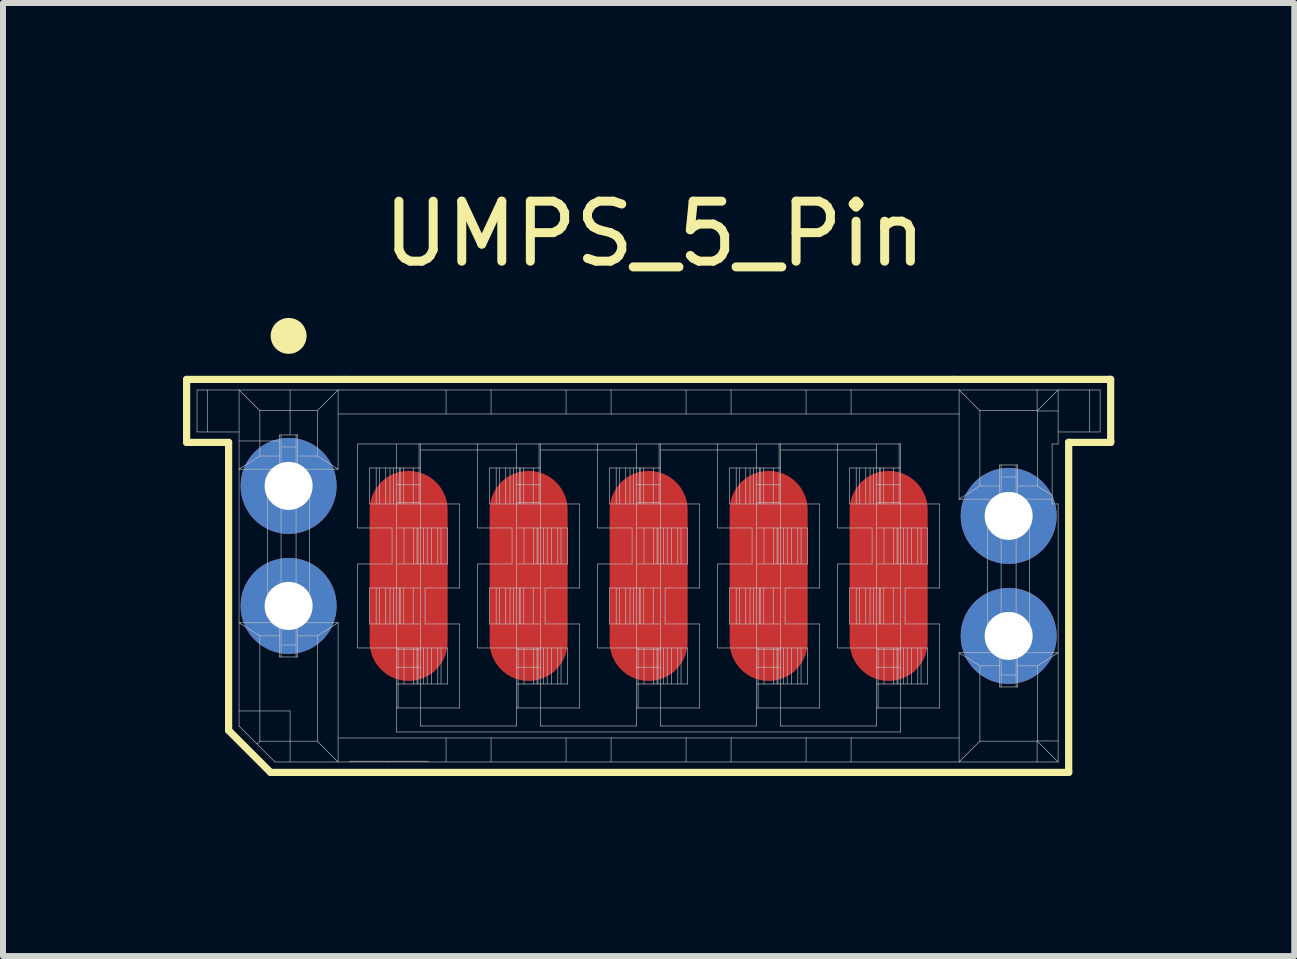
<source format=kicad_pcb>
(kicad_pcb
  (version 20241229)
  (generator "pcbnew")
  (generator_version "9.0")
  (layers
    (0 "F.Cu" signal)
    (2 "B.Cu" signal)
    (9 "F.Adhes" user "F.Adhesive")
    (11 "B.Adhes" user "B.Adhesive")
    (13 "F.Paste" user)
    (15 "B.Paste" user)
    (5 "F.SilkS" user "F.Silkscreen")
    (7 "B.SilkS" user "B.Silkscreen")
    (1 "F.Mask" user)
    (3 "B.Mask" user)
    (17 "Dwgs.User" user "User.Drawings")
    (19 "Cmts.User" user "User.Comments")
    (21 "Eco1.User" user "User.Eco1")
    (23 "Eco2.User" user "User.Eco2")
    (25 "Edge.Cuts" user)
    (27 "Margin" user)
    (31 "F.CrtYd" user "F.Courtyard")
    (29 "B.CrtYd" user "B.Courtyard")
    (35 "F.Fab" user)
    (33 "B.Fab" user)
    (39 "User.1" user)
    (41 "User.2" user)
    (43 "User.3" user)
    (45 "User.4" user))
  (footprint "UMPS_5_Pin"
    (layer "F.Cu")
    (at 7.76 6.548)
    (property "Reference" "UMPS_5_Pin" (at 0.1 -5.7 0) (layer "F.SilkS") (effects (font (size 1 1) (thickness 0.15))))
    (attr through_hole)
    (fp_line (start -7.7 -3.275) (end -5.075 -3.275) (stroke (width 0.12) (type solid)) (layer "F.SilkS"))
    (fp_line (start -7.7 -2.225) (end -7.7 -3.275) (stroke (width 0.12) (type solid)) (layer "F.SilkS"))
    (fp_line (start -7 -2.225) (end -7.7 -2.225) (stroke (width 0.12) (type solid)) (layer "F.SilkS"))
    (fp_line (start -7 -2.225) (end -7 2.575) (stroke (width 0.12) (type solid)) (layer "F.SilkS"))
    (fp_line (start -7 2.575) (end -6.3 3.275) (stroke (width 0.12) (type solid)) (layer "F.SilkS"))
    (fp_line (start -5.075 -3.275) (end 5.075 -3.275) (stroke (width 0.12) (type solid)) (layer "F.SilkS"))
    (fp_line (start 7 -2.225) (end 7 3.25) (stroke (width 0.12) (type solid)) (layer "F.SilkS"))
    (fp_line (start 7 3.25) (end 7 3.275) (stroke (width 0.12) (type solid)) (layer "F.SilkS"))
    (fp_line (start 7 3.275) (end -6.3 3.275) (stroke (width 0.12) (type solid)) (layer "F.SilkS"))
    (fp_line (start 7.025 -2.225) (end 7 -2.225) (stroke (width 0.12) (type solid)) (layer "F.SilkS"))
    (fp_line (start 7.675 -3.275) (end 5.075 -3.275) (stroke (width 0.12) (type solid)) (layer "F.SilkS"))
    (fp_line (start 7.675 -3.275) (end 7.7 -3.275) (stroke (width 0.12) (type solid)) (layer "F.SilkS"))
    (fp_line (start 7.7 -3.275) (end 7.7 -2.25) (stroke (width 0.12) (type solid)) (layer "F.SilkS"))
    (fp_line (start 7.7 -2.25) (end 7.7 -2.225) (stroke (width 0.12) (type solid)) (layer "F.SilkS"))
    (fp_line (start 7.7 -2.225) (end 7.025 -2.225) (stroke (width 0.12) (type solid)) (layer "F.SilkS"))
    (fp_circle (center -6 -4) (end -5.85 -4) (stroke (width 0.3) (type solid)) (fill no) (layer "F.SilkS"))
    (fp_line (start -7.526 -3.099) (end -7.526 -2.399) (stroke (width 0.01) (type solid)) (layer "Dwgs.User"))
    (fp_line (start -7.526 -3.099) (end 7.524 -3.099) (stroke (width 0.01) (type solid)) (layer "Dwgs.User"))
    (fp_line (start -7.526 -2.399) (end -6.826 -2.399) (stroke (width 0.01) (type solid)) (layer "Dwgs.User"))
    (fp_line (start -7.352 -2.399) (end -7.352 -3.099) (stroke (width 0.01) (type solid)) (layer "Dwgs.User"))
    (fp_line (start -6.826 -3.099) (end -6.826 2.501) (stroke (width 0.01) (type solid)) (layer "Dwgs.User"))
    (fp_line (start -6.826 -3.099) (end -6.479 -2.753) (stroke (width 0.01) (type solid)) (layer "Dwgs.User"))
    (fp_line (start -6.826 -1.779) (end -6.151 -1.779) (stroke (width 0.01) (type solid)) (layer "Dwgs.User"))
    (fp_line (start -6.826 0.781) (end -6.479 0.999) (stroke (width 0.01) (type solid)) (layer "Dwgs.User"))
    (fp_line (start -6.826 0.781) (end -6.151 0.781) (stroke (width 0.01) (type solid)) (layer "Dwgs.User"))
    (fp_line (start -6.826 2.251) (end -5.976 2.251) (stroke (width 0.01) (type solid)) (layer "Dwgs.User"))
    (fp_line (start -6.826 2.501) (end -6.226 3.101) (stroke (width 0.01) (type solid)) (layer "Dwgs.User"))
    (fp_line (start -6.479 -2.753) (end -5.522 -2.753) (stroke (width 0.01) (type solid)) (layer "Dwgs.User"))
    (fp_line (start -6.479 -1.998) (end -6.826 -1.779) (stroke (width 0.01) (type solid)) (layer "Dwgs.User"))
    (fp_line (start -6.479 -1.998) (end -6.479 -2.753) (stroke (width 0.01) (type solid)) (layer "Dwgs.User"))
    (fp_line (start -6.479 -1.998) (end -6.151 -1.998) (stroke (width 0.01) (type solid)) (layer "Dwgs.User"))
    (fp_line (start -6.479 0.999) (end -6.151 0.999) (stroke (width 0.01) (type solid)) (layer "Dwgs.User"))
    (fp_line (start -6.479 2.754) (end -6.526 2.801) (stroke (width 0.01) (type solid)) (layer "Dwgs.User"))
    (fp_line (start -6.479 2.754) (end -6.479 0.999) (stroke (width 0.01) (type solid)) (layer "Dwgs.User"))
    (fp_line (start -6.479 2.754) (end -5.522 2.754) (stroke (width 0.01) (type solid)) (layer "Dwgs.User"))
    (fp_line (start -6.351 -1.499) (end -6.151 -1.499) (stroke (width 0.01) (type solid)) (layer "Dwgs.User"))
    (fp_line (start -6.351 0.501) (end -6.351 -1.499) (stroke (width 0.01) (type solid)) (layer "Dwgs.User"))
    (fp_line (start -6.151 -2.349) (end -6.151 -1.499) (stroke (width 0.01) (type solid)) (layer "Dwgs.User"))
    (fp_line (start -6.151 -2.249) (end -6.826 -2.249) (stroke (width 0.01) (type solid)) (layer "Dwgs.User"))
    (fp_line (start -6.151 0.501) (end -6.351 0.501) (stroke (width 0.01) (type solid)) (layer "Dwgs.User"))
    (fp_line (start -6.151 0.501) (end -6.151 1.351) (stroke (width 0.01) (type solid)) (layer "Dwgs.User"))
    (fp_line (start -6.151 1.351) (end -5.851 1.351) (stroke (width 0.01) (type solid)) (layer "Dwgs.User"))
    (fp_line (start -6.126 -2.349) (end -6.126 1.351) (stroke (width 0.01) (type solid)) (layer "Dwgs.User"))
    (fp_line (start -6.126 -1.756) (end -5.876 -1.756) (stroke (width 0.01) (type solid)) (layer "Dwgs.User"))
    (fp_line (start -6.126 0.244) (end -5.876 0.244) (stroke (width 0.01) (type solid)) (layer "Dwgs.User"))
    (fp_line (start -5.976 2.251) (end -5.976 3.101) (stroke (width 0.01) (type solid)) (layer "Dwgs.User"))
    (fp_line (start -5.976 -3.099) (end -5.976 -2.349) (stroke (width 0.01) (type solid)) (layer "Dwgs.User"))
    (fp_line (start -5.876 -2.349) (end -5.876 1.351) (stroke (width 0.01) (type solid)) (layer "Dwgs.User"))
    (fp_line (start -5.876 -2.149) (end -6.126 -2.149) (stroke (width 0.01) (type solid)) (layer "Dwgs.User"))
    (fp_line (start -5.876 -1.819) (end -6.126 -1.819) (stroke (width 0.01) (type solid)) (layer "Dwgs.User"))
    (fp_line (start -5.876 -1.569) (end -6.126 -1.569) (stroke (width 0.01) (type solid)) (layer "Dwgs.User"))
    (fp_line (start -5.876 -1.429) (end -6.126 -1.429) (stroke (width 0.01) (type solid)) (layer "Dwgs.User"))
    (fp_line (start -5.876 -1.349) (end -6.126 -1.349) (stroke (width 0.01) (type solid)) (layer "Dwgs.User"))
    (fp_line (start -5.876 -1.243) (end -6.126 -1.243) (stroke (width 0.01) (type solid)) (layer "Dwgs.User"))
    (fp_line (start -5.876 -1.179) (end -6.126 -1.179) (stroke (width 0.01) (type solid)) (layer "Dwgs.User"))
    (fp_line (start -5.876 0.181) (end -6.126 0.181) (stroke (width 0.01) (type solid)) (layer "Dwgs.User"))
    (fp_line (start -5.876 0.351) (end -6.126 0.351) (stroke (width 0.01) (type solid)) (layer "Dwgs.User"))
    (fp_line (start -5.876 0.431) (end -6.126 0.431) (stroke (width 0.01) (type solid)) (layer "Dwgs.User"))
    (fp_line (start -5.876 0.571) (end -6.126 0.571) (stroke (width 0.01) (type solid)) (layer "Dwgs.User"))
    (fp_line (start -5.876 0.757) (end -6.126 0.757) (stroke (width 0.01) (type solid)) (layer "Dwgs.User"))
    (fp_line (start -5.876 0.821) (end -6.126 0.821) (stroke (width 0.01) (type solid)) (layer "Dwgs.User"))
    (fp_line (start -5.876 1.151) (end -6.126 1.151) (stroke (width 0.01) (type solid)) (layer "Dwgs.User"))
    (fp_line (start -5.851 -2.349) (end -6.151 -2.349) (stroke (width 0.01) (type solid)) (layer "Dwgs.User"))
    (fp_line (start -5.851 -1.998) (end -5.522 -1.998) (stroke (width 0.01) (type solid)) (layer "Dwgs.User"))
    (fp_line (start -5.851 -1.779) (end -5.176 -1.779) (stroke (width 0.01) (type solid)) (layer "Dwgs.User"))
    (fp_line (start -5.851 -1.499) (end -5.851 -2.349) (stroke (width 0.01) (type solid)) (layer "Dwgs.User"))
    (fp_line (start -5.851 -1.499) (end -5.651 -1.499) (stroke (width 0.01) (type solid)) (layer "Dwgs.User"))
    (fp_line (start -5.851 0.781) (end -5.176 0.781) (stroke (width 0.01) (type solid)) (layer "Dwgs.User"))
    (fp_line (start -5.851 0.999) (end -5.522 0.999) (stroke (width 0.01) (type solid)) (layer "Dwgs.User"))
    (fp_line (start -5.851 1.351) (end -5.851 0.501) (stroke (width 0.01) (type solid)) (layer "Dwgs.User"))
    (fp_line (start -5.651 -1.499) (end -5.651 0.501) (stroke (width 0.01) (type solid)) (layer "Dwgs.User"))
    (fp_line (start -5.651 0.501) (end -5.851 0.501) (stroke (width 0.01) (type solid)) (layer "Dwgs.User"))
    (fp_line (start -5.522 -2.753) (end -5.176 -3.099) (stroke (width 0.01) (type solid)) (layer "Dwgs.User"))
    (fp_line (start -5.522 -1.998) (end -5.522 -2.753) (stroke (width 0.01) (type solid)) (layer "Dwgs.User"))
    (fp_line (start -5.522 0.999) (end -5.176 0.781) (stroke (width 0.01) (type solid)) (layer "Dwgs.User"))
    (fp_line (start -5.522 2.754) (end -5.522 0.999) (stroke (width 0.01) (type solid)) (layer "Dwgs.User"))
    (fp_line (start -5.176 -1.779) (end -5.522 -1.998) (stroke (width 0.01) (type solid)) (layer "Dwgs.User"))
    (fp_line (start -5.176 -1.779) (end -5.176 -3.099) (stroke (width 0.01) (type solid)) (layer "Dwgs.User"))
    (fp_line (start -5.176 2.701) (end 5.174 2.701) (stroke (width 0.01) (type solid)) (layer "Dwgs.User"))
    (fp_line (start -5.176 3.101) (end -5.522 2.754) (stroke (width 0.01) (type solid)) (layer "Dwgs.User"))
    (fp_line (start -5.176 3.101) (end -5.176 0.781) (stroke (width 0.01) (type solid)) (layer "Dwgs.User"))
    (fp_line (start -4.976 3.088) (end -4.976 3.101) (stroke (width 0.01) (type solid)) (layer "Dwgs.User"))
    (fp_line (start -4.851 -2.199) (end -4.851 -0.799) (stroke (width 0.01) (type solid)) (layer "Dwgs.User"))
    (fp_line (start -4.851 -0.799) (end -4.276 -0.799) (stroke (width 0.01) (type solid)) (layer "Dwgs.User"))
    (fp_line (start -4.851 -0.199) (end -4.851 1.201) (stroke (width 0.01) (type solid)) (layer "Dwgs.User"))
    (fp_line (start -4.851 1.201) (end -4.176 1.201) (stroke (width 0.01) (type solid)) (layer "Dwgs.User"))
    (fp_line (start -4.651 -1.799) (end -3.826 -1.799) (stroke (width 0.01) (type solid)) (layer "Dwgs.User"))
    (fp_line (start -4.651 -1.199) (end -4.651 -1.799) (stroke (width 0.01) (type solid)) (layer "Dwgs.User"))
    (fp_line (start -4.651 0.201) (end -3.801 0.201) (stroke (width 0.01) (type solid)) (layer "Dwgs.User"))
    (fp_line (start -4.651 0.801) (end -4.651 0.201) (stroke (width 0.01) (type solid)) (layer "Dwgs.User"))
    (fp_line (start -4.541 -1.199) (end -4.541 -1.799) (stroke (width 0.01) (type solid)) (layer "Dwgs.User"))
    (fp_line (start -4.541 0.801) (end -4.541 0.201) (stroke (width 0.01) (type solid)) (layer "Dwgs.User"))
    (fp_line (start -4.487 -1.199) (end -4.487 -1.799) (stroke (width 0.01) (type solid)) (layer "Dwgs.User"))
    (fp_line (start -4.487 0.801) (end -4.487 0.201) (stroke (width 0.01) (type solid)) (layer "Dwgs.User"))
    (fp_line (start -4.381 -1.199) (end -4.381 -1.799) (stroke (width 0.01) (type solid)) (layer "Dwgs.User"))
    (fp_line (start -4.381 0.801) (end -4.381 0.201) (stroke (width 0.01) (type solid)) (layer "Dwgs.User"))
    (fp_line (start -4.326 3.088) (end -4.326 3.101) (stroke (width 0.01) (type solid)) (layer "Dwgs.User"))
    (fp_line (start -4.31 -1.199) (end -4.31 -1.799) (stroke (width 0.01) (type solid)) (layer "Dwgs.User"))
    (fp_line (start -4.31 0.801) (end -4.31 0.201) (stroke (width 0.01) (type solid)) (layer "Dwgs.User"))
    (fp_line (start -4.276 -0.799) (end -4.276 -0.199) (stroke (width 0.01) (type solid)) (layer "Dwgs.User"))
    (fp_line (start -4.276 -0.199) (end -4.851 -0.199) (stroke (width 0.01) (type solid)) (layer "Dwgs.User"))
    (fp_line (start -4.251 -1.199) (end -4.251 -1.799) (stroke (width 0.01) (type solid)) (layer "Dwgs.User"))
    (fp_line (start -4.251 0.801) (end -4.251 0.201) (stroke (width 0.01) (type solid)) (layer "Dwgs.User"))
    (fp_line (start -4.201 -2.199) (end -4.201 -1.799) (stroke (width 0.01) (type solid)) (layer "Dwgs.User"))
    (fp_line (start -4.201 -1.199) (end -4.201 -1.799) (stroke (width 0.01) (type solid)) (layer "Dwgs.User"))
    (fp_line (start -4.201 -1.199) (end -4.201 -0.799) (stroke (width 0.01) (type solid)) (layer "Dwgs.User"))
    (fp_line (start -4.201 -0.799) (end -4.201 0.201) (stroke (width 0.01) (type solid)) (layer "Dwgs.User"))
    (fp_line (start -4.201 0.801) (end -4.201 0.201) (stroke (width 0.01) (type solid)) (layer "Dwgs.User"))
    (fp_line (start -4.201 0.801) (end -4.201 1.201) (stroke (width 0.01) (type solid)) (layer "Dwgs.User"))
    (fp_line (start -4.201 1.201) (end -4.201 2.601) (stroke (width 0.01) (type solid)) (layer "Dwgs.User"))
    (fp_line (start -4.176 1.201) (end -4.176 2.201) (stroke (width 0.01) (type solid)) (layer "Dwgs.User"))
    (fp_line (start -4.176 1.201) (end -3.351 1.201) (stroke (width 0.01) (type solid)) (layer "Dwgs.User"))
    (fp_line (start -4.176 1.801) (end -4.201 1.801) (stroke (width 0.01) (type solid)) (layer "Dwgs.User"))
    (fp_line (start -4.176 2.201) (end -4.201 2.201) (stroke (width 0.01) (type solid)) (layer "Dwgs.User"))
    (fp_line (start -4.176 2.201) (end -3.151 2.201) (stroke (width 0.01) (type solid)) (layer "Dwgs.User"))
    (fp_line (start -4.157 -1.199) (end -4.157 -1.799) (stroke (width 0.01) (type solid)) (layer "Dwgs.User"))
    (fp_line (start -4.157 0.801) (end -4.157 0.201) (stroke (width 0.01) (type solid)) (layer "Dwgs.User"))
    (fp_line (start -4.141 -1.199) (end -4.141 -1.799) (stroke (width 0.01) (type solid)) (layer "Dwgs.User"))
    (fp_line (start -4.141 0.801) (end -4.141 0.201) (stroke (width 0.01) (type solid)) (layer "Dwgs.User"))
    (fp_line (start -4.081 -1.199) (end -4.081 -1.799) (stroke (width 0.01) (type solid)) (layer "Dwgs.User"))
    (fp_line (start -4.081 0.801) (end -4.081 0.201) (stroke (width 0.01) (type solid)) (layer "Dwgs.User"))
    (fp_line (start -4.077 -0.199) (end -4.077 -0.799) (stroke (width 0.01) (type solid)) (layer "Dwgs.User"))
    (fp_line (start -4.077 1.801) (end -4.077 1.201) (stroke (width 0.01) (type solid)) (layer "Dwgs.User"))
    (fp_line (start -3.924 -1.199) (end -3.924 -1.799) (stroke (width 0.01) (type solid)) (layer "Dwgs.User"))
    (fp_line (start -3.924 0.801) (end -3.924 0.201) (stroke (width 0.01) (type solid)) (layer "Dwgs.User"))
    (fp_line (start -3.921 -0.799) (end -3.921 -0.199) (stroke (width 0.01) (type solid)) (layer "Dwgs.User"))
    (fp_line (start -3.921 1.201) (end -3.921 1.801) (stroke (width 0.01) (type solid)) (layer "Dwgs.User"))
    (fp_line (start -3.86 -0.199) (end -3.86 -0.799) (stroke (width 0.01) (type solid)) (layer "Dwgs.User"))
    (fp_line (start -3.86 1.801) (end -3.86 1.201) (stroke (width 0.01) (type solid)) (layer "Dwgs.User"))
    (fp_line (start -3.844 -0.199) (end -3.844 -0.799) (stroke (width 0.01) (type solid)) (layer "Dwgs.User"))
    (fp_line (start -3.844 1.801) (end -3.844 1.201) (stroke (width 0.01) (type solid)) (layer "Dwgs.User"))
    (fp_line (start -3.826 -2.199) (end -4.851 -2.199) (stroke (width 0.01) (type solid)) (layer "Dwgs.User"))
    (fp_line (start -3.826 -1.799) (end -3.801 -1.799) (stroke (width 0.01) (type solid)) (layer "Dwgs.User"))
    (fp_line (start -3.826 -1.199) (end -4.651 -1.199) (stroke (width 0.01) (type solid)) (layer "Dwgs.User"))
    (fp_line (start -3.826 -1.199) (end -3.826 -2.199) (stroke (width 0.01) (type solid)) (layer "Dwgs.User"))
    (fp_line (start -3.801 -1.199) (end -3.801 -2.199) (stroke (width 0.01) (type solid)) (layer "Dwgs.User"))
    (fp_line (start -3.801 -0.799) (end -3.801 -1.199) (stroke (width 0.01) (type solid)) (layer "Dwgs.User"))
    (fp_line (start -3.801 -0.199) (end -3.801 -0.799) (stroke (width 0.01) (type solid)) (layer "Dwgs.User"))
    (fp_line (start -3.801 0.801) (end -4.651 0.801) (stroke (width 0.01) (type solid)) (layer "Dwgs.User"))
    (fp_line (start -3.801 0.801) (end -3.801 0.201) (stroke (width 0.01) (type solid)) (layer "Dwgs.User"))
    (fp_line (start -3.801 1.801) (end -3.801 1.201) (stroke (width 0.01) (type solid)) (layer "Dwgs.User"))
    (fp_line (start -3.801 2.201) (end -3.801 1.801) (stroke (width 0.01) (type solid)) (layer "Dwgs.User"))
    (fp_line (start -3.801 2.501) (end -3.801 2.201) (stroke (width 0.01) (type solid)) (layer "Dwgs.User"))
    (fp_line (start -3.801 -1.519) (end -4.201 -1.519) (stroke (width 0.01) (type solid)) (layer "Dwgs.User"))
    (fp_line (start -3.801 -1.219) (end -4.201 -1.219) (stroke (width 0.01) (type solid)) (layer "Dwgs.User"))
    (fp_line (start -3.801 0.201) (end -3.801 -0.199) (stroke (width 0.01) (type solid)) (layer "Dwgs.User"))
    (fp_line (start -3.801 1.201) (end -3.801 0.801) (stroke (width 0.01) (type solid)) (layer "Dwgs.User"))
    (fp_line (start -3.801 1.221) (end -4.201 1.221) (stroke (width 0.01) (type solid)) (layer "Dwgs.User"))
    (fp_line (start -3.801 1.521) (end -4.201 1.521) (stroke (width 0.01) (type solid)) (layer "Dwgs.User"))
    (fp_line (start -3.751 -0.199) (end -3.751 -0.799) (stroke (width 0.01) (type solid)) (layer "Dwgs.User"))
    (fp_line (start -3.751 1.801) (end -3.751 1.201) (stroke (width 0.01) (type solid)) (layer "Dwgs.User"))
    (fp_line (start -3.726 0.201) (end -3.151 0.201) (stroke (width 0.01) (type solid)) (layer "Dwgs.User"))
    (fp_line (start -3.726 0.801) (end -3.726 0.201) (stroke (width 0.01) (type solid)) (layer "Dwgs.User"))
    (fp_line (start -3.691 -0.199) (end -3.691 -0.799) (stroke (width 0.01) (type solid)) (layer "Dwgs.User"))
    (fp_line (start -3.691 1.801) (end -3.691 1.201) (stroke (width 0.01) (type solid)) (layer "Dwgs.User"))
    (fp_line (start -3.676 3.088) (end -4.976 3.088) (stroke (width 0.01) (type solid)) (layer "Dwgs.User"))
    (fp_line (start -3.676 3.101) (end -3.676 3.088) (stroke (width 0.01) (type solid)) (layer "Dwgs.User"))
    (fp_line (start -3.621 -0.199) (end -3.621 -0.799) (stroke (width 0.01) (type solid)) (layer "Dwgs.User"))
    (fp_line (start -3.621 1.801) (end -3.621 1.201) (stroke (width 0.01) (type solid)) (layer "Dwgs.User"))
    (fp_line (start -3.514 -0.199) (end -3.514 -0.799) (stroke (width 0.01) (type solid)) (layer "Dwgs.User"))
    (fp_line (start -3.514 1.801) (end -3.514 1.201) (stroke (width 0.01) (type solid)) (layer "Dwgs.User"))
    (fp_line (start -3.46 -0.199) (end -3.46 -0.799) (stroke (width 0.01) (type solid)) (layer "Dwgs.User"))
    (fp_line (start -3.46 1.801) (end -3.46 1.201) (stroke (width 0.01) (type solid)) (layer "Dwgs.User"))
    (fp_line (start -3.376 -2.699) (end -3.376 -3.099) (stroke (width 0.01) (type solid)) (layer "Dwgs.User"))
    (fp_line (start -3.376 3.101) (end -3.376 2.701) (stroke (width 0.01) (type solid)) (layer "Dwgs.User"))
    (fp_line (start -3.351 -0.799) (end -4.201 -0.799) (stroke (width 0.01) (type solid)) (layer "Dwgs.User"))
    (fp_line (start -3.351 -0.199) (end -4.201 -0.199) (stroke (width 0.01) (type solid)) (layer "Dwgs.User"))
    (fp_line (start -3.351 -0.199) (end -3.351 -0.799) (stroke (width 0.01) (type solid)) (layer "Dwgs.User"))
    (fp_line (start -3.351 1.801) (end -4.176 1.801) (stroke (width 0.01) (type solid)) (layer "Dwgs.User"))
    (fp_line (start -3.351 1.801) (end -3.351 1.201) (stroke (width 0.01) (type solid)) (layer "Dwgs.User"))
    (fp_line (start -3.151 -1.199) (end -3.826 -1.199) (stroke (width 0.01) (type solid)) (layer "Dwgs.User"))
    (fp_line (start -3.151 0.201) (end -3.151 -1.199) (stroke (width 0.01) (type solid)) (layer "Dwgs.User"))
    (fp_line (start -3.151 0.801) (end -3.726 0.801) (stroke (width 0.01) (type solid)) (layer "Dwgs.User"))
    (fp_line (start -3.151 2.201) (end -3.151 0.801) (stroke (width 0.01) (type solid)) (layer "Dwgs.User"))
    (fp_line (start -2.851 -2.199) (end -3.826 -2.199) (stroke (width 0.01) (type solid)) (layer "Dwgs.User"))
    (fp_line (start -2.851 -2.199) (end -2.851 -0.799) (stroke (width 0.01) (type solid)) (layer "Dwgs.User"))
    (fp_line (start -2.851 -2.099) (end -3.801 -2.099) (stroke (width 0.01) (type solid)) (layer "Dwgs.User"))
    (fp_line (start -2.851 -0.799) (end -2.276 -0.799) (stroke (width 0.01) (type solid)) (layer "Dwgs.User"))
    (fp_line (start -2.851 -0.199) (end -2.851 1.201) (stroke (width 0.01) (type solid)) (layer "Dwgs.User"))
    (fp_line (start -2.851 1.201) (end -2.176 1.201) (stroke (width 0.01) (type solid)) (layer "Dwgs.User"))
    (fp_line (start -2.651 -1.799) (end -1.826 -1.799) (stroke (width 0.01) (type solid)) (layer "Dwgs.User"))
    (fp_line (start -2.651 -1.199) (end -2.651 -1.799) (stroke (width 0.01) (type solid)) (layer "Dwgs.User"))
    (fp_line (start -2.651 0.201) (end -1.801 0.201) (stroke (width 0.01) (type solid)) (layer "Dwgs.User"))
    (fp_line (start -2.651 0.801) (end -2.651 0.201) (stroke (width 0.01) (type solid)) (layer "Dwgs.User"))
    (fp_line (start -2.626 -3.099) (end -2.626 -2.699) (stroke (width 0.01) (type solid)) (layer "Dwgs.User"))
    (fp_line (start -2.626 2.701) (end -2.626 3.101) (stroke (width 0.01) (type solid)) (layer "Dwgs.User"))
    (fp_line (start -2.541 -1.199) (end -2.541 -1.799) (stroke (width 0.01) (type solid)) (layer "Dwgs.User"))
    (fp_line (start -2.541 0.801) (end -2.541 0.201) (stroke (width 0.01) (type solid)) (layer "Dwgs.User"))
    (fp_line (start -2.487 -1.199) (end -2.487 -1.799) (stroke (width 0.01) (type solid)) (layer "Dwgs.User"))
    (fp_line (start -2.487 0.801) (end -2.487 0.201) (stroke (width 0.01) (type solid)) (layer "Dwgs.User"))
    (fp_line (start -2.381 -1.199) (end -2.381 -1.799) (stroke (width 0.01) (type solid)) (layer "Dwgs.User"))
    (fp_line (start -2.381 0.801) (end -2.381 0.201) (stroke (width 0.01) (type solid)) (layer "Dwgs.User"))
    (fp_line (start -2.31 -1.199) (end -2.31 -1.799) (stroke (width 0.01) (type solid)) (layer "Dwgs.User"))
    (fp_line (start -2.31 0.801) (end -2.31 0.201) (stroke (width 0.01) (type solid)) (layer "Dwgs.User"))
    (fp_line (start -2.276 -0.799) (end -2.276 -0.199) (stroke (width 0.01) (type solid)) (layer "Dwgs.User"))
    (fp_line (start -2.276 -0.199) (end -2.851 -0.199) (stroke (width 0.01) (type solid)) (layer "Dwgs.User"))
    (fp_line (start -2.251 -1.199) (end -2.251 -1.799) (stroke (width 0.01) (type solid)) (layer "Dwgs.User"))
    (fp_line (start -2.251 0.801) (end -2.251 0.201) (stroke (width 0.01) (type solid)) (layer "Dwgs.User"))
    (fp_line (start -2.201 -2.199) (end -2.201 -2.099) (stroke (width 0.01) (type solid)) (layer "Dwgs.User"))
    (fp_line (start -2.201 -2.099) (end -2.851 -2.099) (stroke (width 0.01) (type solid)) (layer "Dwgs.User"))
    (fp_line (start -2.201 -2.099) (end -2.201 -1.799) (stroke (width 0.01) (type solid)) (layer "Dwgs.User"))
    (fp_line (start -2.201 -1.199) (end -2.201 -1.799) (stroke (width 0.01) (type solid)) (layer "Dwgs.User"))
    (fp_line (start -2.201 -1.199) (end -2.201 -0.799) (stroke (width 0.01) (type solid)) (layer "Dwgs.User"))
    (fp_line (start -2.201 -0.799) (end -2.201 0.201) (stroke (width 0.01) (type solid)) (layer "Dwgs.User"))
    (fp_line (start -2.201 0.801) (end -2.201 0.201) (stroke (width 0.01) (type solid)) (layer "Dwgs.User"))
    (fp_line (start -2.201 0.801) (end -2.201 1.201) (stroke (width 0.01) (type solid)) (layer "Dwgs.User"))
    (fp_line (start -2.201 1.201) (end -2.201 2.501) (stroke (width 0.01) (type solid)) (layer "Dwgs.User"))
    (fp_line (start -2.201 2.501) (end -3.801 2.501) (stroke (width 0.01) (type solid)) (layer "Dwgs.User"))
    (fp_line (start -2.176 1.201) (end -2.176 2.201) (stroke (width 0.01) (type solid)) (layer "Dwgs.User"))
    (fp_line (start -2.176 1.201) (end -1.351 1.201) (stroke (width 0.01) (type solid)) (layer "Dwgs.User"))
    (fp_line (start -2.176 1.801) (end -2.201 1.801) (stroke (width 0.01) (type solid)) (layer "Dwgs.User"))
    (fp_line (start -2.176 2.201) (end -2.201 2.201) (stroke (width 0.01) (type solid)) (layer "Dwgs.User"))
    (fp_line (start -2.176 2.201) (end -1.151 2.201) (stroke (width 0.01) (type solid)) (layer "Dwgs.User"))
    (fp_line (start -2.157 -1.199) (end -2.157 -1.799) (stroke (width 0.01) (type solid)) (layer "Dwgs.User"))
    (fp_line (start -2.157 0.801) (end -2.157 0.201) (stroke (width 0.01) (type solid)) (layer "Dwgs.User"))
    (fp_line (start -2.141 -1.199) (end -2.141 -1.799) (stroke (width 0.01) (type solid)) (layer "Dwgs.User"))
    (fp_line (start -2.141 0.801) (end -2.141 0.201) (stroke (width 0.01) (type solid)) (layer "Dwgs.User"))
    (fp_line (start -2.081 -1.199) (end -2.081 -1.799) (stroke (width 0.01) (type solid)) (layer "Dwgs.User"))
    (fp_line (start -2.081 0.801) (end -2.081 0.201) (stroke (width 0.01) (type solid)) (layer "Dwgs.User"))
    (fp_line (start -2.077 -0.199) (end -2.077 -0.799) (stroke (width 0.01) (type solid)) (layer "Dwgs.User"))
    (fp_line (start -2.077 1.801) (end -2.077 1.201) (stroke (width 0.01) (type solid)) (layer "Dwgs.User"))
    (fp_line (start -1.924 -1.199) (end -1.924 -1.799) (stroke (width 0.01) (type solid)) (layer "Dwgs.User"))
    (fp_line (start -1.924 0.801) (end -1.924 0.201) (stroke (width 0.01) (type solid)) (layer "Dwgs.User"))
    (fp_line (start -1.921 -0.799) (end -1.921 -0.199) (stroke (width 0.01) (type solid)) (layer "Dwgs.User"))
    (fp_line (start -1.921 1.201) (end -1.921 1.801) (stroke (width 0.01) (type solid)) (layer "Dwgs.User"))
    (fp_line (start -1.86 -0.199) (end -1.86 -0.799) (stroke (width 0.01) (type solid)) (layer "Dwgs.User"))
    (fp_line (start -1.86 1.801) (end -1.86 1.201) (stroke (width 0.01) (type solid)) (layer "Dwgs.User"))
    (fp_line (start -1.844 -0.199) (end -1.844 -0.799) (stroke (width 0.01) (type solid)) (layer "Dwgs.User"))
    (fp_line (start -1.844 1.801) (end -1.844 1.201) (stroke (width 0.01) (type solid)) (layer "Dwgs.User"))
    (fp_line (start -1.826 -2.199) (end -2.851 -2.199) (stroke (width 0.01) (type solid)) (layer "Dwgs.User"))
    (fp_line (start -1.826 -1.799) (end -1.801 -1.799) (stroke (width 0.01) (type solid)) (layer "Dwgs.User"))
    (fp_line (start -1.826 -1.199) (end -2.651 -1.199) (stroke (width 0.01) (type solid)) (layer "Dwgs.User"))
    (fp_line (start -1.826 -1.199) (end -1.826 -2.199) (stroke (width 0.01) (type solid)) (layer "Dwgs.User"))
    (fp_line (start -1.801 -1.519) (end -2.201 -1.519) (stroke (width 0.01) (type solid)) (layer "Dwgs.User"))
    (fp_line (start -1.801 -1.219) (end -2.201 -1.219) (stroke (width 0.01) (type solid)) (layer "Dwgs.User"))
    (fp_line (start -1.801 -1.199) (end -1.801 -2.199) (stroke (width 0.01) (type solid)) (layer "Dwgs.User"))
    (fp_line (start -1.801 -0.799) (end -1.801 -1.199) (stroke (width 0.01) (type solid)) (layer "Dwgs.User"))
    (fp_line (start -1.801 -0.199) (end -1.801 -0.799) (stroke (width 0.01) (type solid)) (layer "Dwgs.User"))
    (fp_line (start -1.801 0.201) (end -1.801 -0.199) (stroke (width 0.01) (type solid)) (layer "Dwgs.User"))
    (fp_line (start -1.801 0.801) (end -2.651 0.801) (stroke (width 0.01) (type solid)) (layer "Dwgs.User"))
    (fp_line (start -1.801 0.801) (end -1.801 0.201) (stroke (width 0.01) (type solid)) (layer "Dwgs.User"))
    (fp_line (start -1.801 1.201) (end -1.801 0.801) (stroke (width 0.01) (type solid)) (layer "Dwgs.User"))
    (fp_line (start -1.801 1.221) (end -2.201 1.221) (stroke (width 0.01) (type solid)) (layer "Dwgs.User"))
    (fp_line (start -1.801 1.521) (end -2.201 1.521) (stroke (width 0.01) (type solid)) (layer "Dwgs.User"))
    (fp_line (start -1.801 1.801) (end -1.801 1.201) (stroke (width 0.01) (type solid)) (layer "Dwgs.User"))
    (fp_line (start -1.801 2.201) (end -1.801 1.801) (stroke (width 0.01) (type solid)) (layer "Dwgs.User"))
    (fp_line (start -1.801 2.501) (end -1.801 2.201) (stroke (width 0.01) (type solid)) (layer "Dwgs.User"))
    (fp_line (start -1.751 -0.199) (end -1.751 -0.799) (stroke (width 0.01) (type solid)) (layer "Dwgs.User"))
    (fp_line (start -1.751 1.801) (end -1.751 1.201) (stroke (width 0.01) (type solid)) (layer "Dwgs.User"))
    (fp_line (start -1.726 0.201) (end -1.151 0.201) (stroke (width 0.01) (type solid)) (layer "Dwgs.User"))
    (fp_line (start -1.726 0.801) (end -1.726 0.201) (stroke (width 0.01) (type solid)) (layer "Dwgs.User"))
    (fp_line (start -1.691 -0.199) (end -1.691 -0.799) (stroke (width 0.01) (type solid)) (layer "Dwgs.User"))
    (fp_line (start -1.691 1.801) (end -1.691 1.201) (stroke (width 0.01) (type solid)) (layer "Dwgs.User"))
    (fp_line (start -1.621 -0.199) (end -1.621 -0.799) (stroke (width 0.01) (type solid)) (layer "Dwgs.User"))
    (fp_line (start -1.621 1.801) (end -1.621 1.201) (stroke (width 0.01) (type solid)) (layer "Dwgs.User"))
    (fp_line (start -1.514 -0.199) (end -1.514 -0.799) (stroke (width 0.01) (type solid)) (layer "Dwgs.User"))
    (fp_line (start -1.514 1.801) (end -1.514 1.201) (stroke (width 0.01) (type solid)) (layer "Dwgs.User"))
    (fp_line (start -1.46 -0.199) (end -1.46 -0.799) (stroke (width 0.01) (type solid)) (layer "Dwgs.User"))
    (fp_line (start -1.46 1.801) (end -1.46 1.201) (stroke (width 0.01) (type solid)) (layer "Dwgs.User"))
    (fp_line (start -1.376 -2.699) (end -1.376 -3.099) (stroke (width 0.01) (type solid)) (layer "Dwgs.User"))
    (fp_line (start -1.376 3.101) (end -1.376 2.701) (stroke (width 0.01) (type solid)) (layer "Dwgs.User"))
    (fp_line (start -1.351 -0.799) (end -2.201 -0.799) (stroke (width 0.01) (type solid)) (layer "Dwgs.User"))
    (fp_line (start -1.351 -0.199) (end -2.201 -0.199) (stroke (width 0.01) (type solid)) (layer "Dwgs.User"))
    (fp_line (start -1.351 -0.199) (end -1.351 -0.799) (stroke (width 0.01) (type solid)) (layer "Dwgs.User"))
    (fp_line (start -1.351 1.801) (end -2.176 1.801) (stroke (width 0.01) (type solid)) (layer "Dwgs.User"))
    (fp_line (start -1.351 1.801) (end -1.351 1.201) (stroke (width 0.01) (type solid)) (layer "Dwgs.User"))
    (fp_line (start -1.151 -1.199) (end -1.826 -1.199) (stroke (width 0.01) (type solid)) (layer "Dwgs.User"))
    (fp_line (start -1.151 0.201) (end -1.151 -1.199) (stroke (width 0.01) (type solid)) (layer "Dwgs.User"))
    (fp_line (start -1.151 0.801) (end -1.726 0.801) (stroke (width 0.01) (type solid)) (layer "Dwgs.User"))
    (fp_line (start -1.151 2.201) (end -1.151 0.801) (stroke (width 0.01) (type solid)) (layer "Dwgs.User"))
    (fp_line (start -0.851 -2.199) (end -1.826 -2.199) (stroke (width 0.01) (type solid)) (layer "Dwgs.User"))
    (fp_line (start -0.851 -2.199) (end -0.851 -0.799) (stroke (width 0.01) (type solid)) (layer "Dwgs.User"))
    (fp_line (start -0.851 -2.099) (end -1.801 -2.099) (stroke (width 0.01) (type solid)) (layer "Dwgs.User"))
    (fp_line (start -0.851 -0.799) (end -0.276 -0.799) (stroke (width 0.01) (type solid)) (layer "Dwgs.User"))
    (fp_line (start -0.851 -0.199) (end -0.851 1.201) (stroke (width 0.01) (type solid)) (layer "Dwgs.User"))
    (fp_line (start -0.851 1.201) (end -0.176 1.201) (stroke (width 0.01) (type solid)) (layer "Dwgs.User"))
    (fp_line (start -0.651 -1.799) (end 0.174 -1.799) (stroke (width 0.01) (type solid)) (layer "Dwgs.User"))
    (fp_line (start -0.651 -1.199) (end -0.651 -1.799) (stroke (width 0.01) (type solid)) (layer "Dwgs.User"))
    (fp_line (start -0.651 0.201) (end 0.199 0.201) (stroke (width 0.01) (type solid)) (layer "Dwgs.User"))
    (fp_line (start -0.651 0.801) (end -0.651 0.201) (stroke (width 0.01) (type solid)) (layer "Dwgs.User"))
    (fp_line (start -0.626 -3.099) (end -0.626 -2.699) (stroke (width 0.01) (type solid)) (layer "Dwgs.User"))
    (fp_line (start -0.626 2.701) (end -0.626 3.101) (stroke (width 0.01) (type solid)) (layer "Dwgs.User"))
    (fp_line (start -0.541 -1.199) (end -0.541 -1.799) (stroke (width 0.01) (type solid)) (layer "Dwgs.User"))
    (fp_line (start -0.541 0.801) (end -0.541 0.201) (stroke (width 0.01) (type solid)) (layer "Dwgs.User"))
    (fp_line (start -0.487 -1.199) (end -0.487 -1.799) (stroke (width 0.01) (type solid)) (layer "Dwgs.User"))
    (fp_line (start -0.487 0.801) (end -0.487 0.201) (stroke (width 0.01) (type solid)) (layer "Dwgs.User"))
    (fp_line (start -0.381 -1.199) (end -0.381 -1.799) (stroke (width 0.01) (type solid)) (layer "Dwgs.User"))
    (fp_line (start -0.381 0.801) (end -0.381 0.201) (stroke (width 0.01) (type solid)) (layer "Dwgs.User"))
    (fp_line (start -0.31 -1.199) (end -0.31 -1.799) (stroke (width 0.01) (type solid)) (layer "Dwgs.User"))
    (fp_line (start -0.31 0.801) (end -0.31 0.201) (stroke (width 0.01) (type solid)) (layer "Dwgs.User"))
    (fp_line (start -0.276 -0.799) (end -0.276 -0.199) (stroke (width 0.01) (type solid)) (layer "Dwgs.User"))
    (fp_line (start -0.276 -0.199) (end -0.851 -0.199) (stroke (width 0.01) (type solid)) (layer "Dwgs.User"))
    (fp_line (start -0.251 -1.199) (end -0.251 -1.799) (stroke (width 0.01) (type solid)) (layer "Dwgs.User"))
    (fp_line (start -0.251 0.801) (end -0.251 0.201) (stroke (width 0.01) (type solid)) (layer "Dwgs.User"))
    (fp_line (start -0.201 -2.199) (end -0.201 -2.099) (stroke (width 0.01) (type solid)) (layer "Dwgs.User"))
    (fp_line (start -0.201 -2.099) (end -0.851 -2.099) (stroke (width 0.01) (type solid)) (layer "Dwgs.User"))
    (fp_line (start -0.201 -2.099) (end -0.201 -1.799) (stroke (width 0.01) (type solid)) (layer "Dwgs.User"))
    (fp_line (start -0.201 -1.199) (end -0.201 -1.799) (stroke (width 0.01) (type solid)) (layer "Dwgs.User"))
    (fp_line (start -0.201 -1.199) (end -0.201 -0.799) (stroke (width 0.01) (type solid)) (layer "Dwgs.User"))
    (fp_line (start -0.201 -0.799) (end -0.201 0.201) (stroke (width 0.01) (type solid)) (layer "Dwgs.User"))
    (fp_line (start -0.201 0.801) (end -0.201 0.201) (stroke (width 0.01) (type solid)) (layer "Dwgs.User"))
    (fp_line (start -0.201 0.801) (end -0.201 1.201) (stroke (width 0.01) (type solid)) (layer "Dwgs.User"))
    (fp_line (start -0.201 1.201) (end -0.201 2.501) (stroke (width 0.01) (type solid)) (layer "Dwgs.User"))
    (fp_line (start -0.201 2.501) (end -1.801 2.501) (stroke (width 0.01) (type solid)) (layer "Dwgs.User"))
    (fp_line (start -0.176 1.201) (end -0.176 2.201) (stroke (width 0.01) (type solid)) (layer "Dwgs.User"))
    (fp_line (start -0.176 1.201) (end 0.649 1.201) (stroke (width 0.01) (type solid)) (layer "Dwgs.User"))
    (fp_line (start -0.176 1.801) (end -0.201 1.801) (stroke (width 0.01) (type solid)) (layer "Dwgs.User"))
    (fp_line (start -0.176 2.201) (end -0.201 2.201) (stroke (width 0.01) (type solid)) (layer "Dwgs.User"))
    (fp_line (start -0.176 2.201) (end 0.849 2.201) (stroke (width 0.01) (type solid)) (layer "Dwgs.User"))
    (fp_line (start -0.157 -1.199) (end -0.157 -1.799) (stroke (width 0.01) (type solid)) (layer "Dwgs.User"))
    (fp_line (start -0.157 0.801) (end -0.157 0.201) (stroke (width 0.01) (type solid)) (layer "Dwgs.User"))
    (fp_line (start -0.141 -1.199) (end -0.141 -1.799) (stroke (width 0.01) (type solid)) (layer "Dwgs.User"))
    (fp_line (start -0.141 0.801) (end -0.141 0.201) (stroke (width 0.01) (type solid)) (layer "Dwgs.User"))
    (fp_line (start -0.081 -1.199) (end -0.081 -1.799) (stroke (width 0.01) (type solid)) (layer "Dwgs.User"))
    (fp_line (start -0.081 0.801) (end -0.081 0.201) (stroke (width 0.01) (type solid)) (layer "Dwgs.User"))
    (fp_line (start -0.077 -0.199) (end -0.077 -0.799) (stroke (width 0.01) (type solid)) (layer "Dwgs.User"))
    (fp_line (start -0.077 1.801) (end -0.077 1.201) (stroke (width 0.01) (type solid)) (layer "Dwgs.User"))
    (fp_line (start 0.076 -1.199) (end 0.076 -1.799) (stroke (width 0.01) (type solid)) (layer "Dwgs.User"))
    (fp_line (start 0.076 0.801) (end 0.076 0.201) (stroke (width 0.01) (type solid)) (layer "Dwgs.User"))
    (fp_line (start 0.079 -0.799) (end 0.079 -0.199) (stroke (width 0.01) (type solid)) (layer "Dwgs.User"))
    (fp_line (start 0.079 1.201) (end 0.079 1.801) (stroke (width 0.01) (type solid)) (layer "Dwgs.User"))
    (fp_line (start 0.14 -0.199) (end 0.14 -0.799) (stroke (width 0.01) (type solid)) (layer "Dwgs.User"))
    (fp_line (start 0.14 1.801) (end 0.14 1.201) (stroke (width 0.01) (type solid)) (layer "Dwgs.User"))
    (fp_line (start 0.156 -0.199) (end 0.156 -0.799) (stroke (width 0.01) (type solid)) (layer "Dwgs.User"))
    (fp_line (start 0.156 1.801) (end 0.156 1.201) (stroke (width 0.01) (type solid)) (layer "Dwgs.User"))
    (fp_line (start 0.174 -2.199) (end -0.851 -2.199) (stroke (width 0.01) (type solid)) (layer "Dwgs.User"))
    (fp_line (start 0.174 -1.799) (end 0.199 -1.799) (stroke (width 0.01) (type solid)) (layer "Dwgs.User"))
    (fp_line (start 0.174 -1.199) (end -0.651 -1.199) (stroke (width 0.01) (type solid)) (layer "Dwgs.User"))
    (fp_line (start 0.174 -1.199) (end 0.174 -2.199) (stroke (width 0.01) (type solid)) (layer "Dwgs.User"))
    (fp_line (start 0.199 -1.519) (end -0.201 -1.519) (stroke (width 0.01) (type solid)) (layer "Dwgs.User"))
    (fp_line (start 0.199 -1.219) (end -0.201 -1.219) (stroke (width 0.01) (type solid)) (layer "Dwgs.User"))
    (fp_line (start 0.199 -1.199) (end 0.199 -2.199) (stroke (width 0.01) (type solid)) (layer "Dwgs.User"))
    (fp_line (start 0.199 -0.799) (end 0.199 -1.199) (stroke (width 0.01) (type solid)) (layer "Dwgs.User"))
    (fp_line (start 0.199 -0.199) (end 0.199 -0.799) (stroke (width 0.01) (type solid)) (layer "Dwgs.User"))
    (fp_line (start 0.199 0.201) (end 0.199 -0.199) (stroke (width 0.01) (type solid)) (layer "Dwgs.User"))
    (fp_line (start 0.199 0.801) (end -0.651 0.801) (stroke (width 0.01) (type solid)) (layer "Dwgs.User"))
    (fp_line (start 0.199 0.801) (end 0.199 0.201) (stroke (width 0.01) (type solid)) (layer "Dwgs.User"))
    (fp_line (start 0.199 1.201) (end 0.199 0.801) (stroke (width 0.01) (type solid)) (layer "Dwgs.User"))
    (fp_line (start 0.199 1.221) (end -0.201 1.221) (stroke (width 0.01) (type solid)) (layer "Dwgs.User"))
    (fp_line (start 0.199 1.521) (end -0.201 1.521) (stroke (width 0.01) (type solid)) (layer "Dwgs.User"))
    (fp_line (start 0.199 1.801) (end 0.199 1.201) (stroke (width 0.01) (type solid)) (layer "Dwgs.User"))
    (fp_line (start 0.199 2.201) (end 0.199 1.801) (stroke (width 0.01) (type solid)) (layer "Dwgs.User"))
    (fp_line (start 0.199 2.501) (end 0.199 2.201) (stroke (width 0.01) (type solid)) (layer "Dwgs.User"))
    (fp_line (start 0.249 -0.199) (end 0.249 -0.799) (stroke (width 0.01) (type solid)) (layer "Dwgs.User"))
    (fp_line (start 0.249 1.801) (end 0.249 1.201) (stroke (width 0.01) (type solid)) (layer "Dwgs.User"))
    (fp_line (start 0.274 0.201) (end 0.849 0.201) (stroke (width 0.01) (type solid)) (layer "Dwgs.User"))
    (fp_line (start 0.274 0.801) (end 0.274 0.201) (stroke (width 0.01) (type solid)) (layer "Dwgs.User"))
    (fp_line (start 0.309 -0.199) (end 0.309 -0.799) (stroke (width 0.01) (type solid)) (layer "Dwgs.User"))
    (fp_line (start 0.309 1.801) (end 0.309 1.201) (stroke (width 0.01) (type solid)) (layer "Dwgs.User"))
    (fp_line (start 0.379 -0.199) (end 0.379 -0.799) (stroke (width 0.01) (type solid)) (layer "Dwgs.User"))
    (fp_line (start 0.379 1.801) (end 0.379 1.201) (stroke (width 0.01) (type solid)) (layer "Dwgs.User"))
    (fp_line (start 0.486 -0.199) (end 0.486 -0.799) (stroke (width 0.01) (type solid)) (layer "Dwgs.User"))
    (fp_line (start 0.486 1.801) (end 0.486 1.201) (stroke (width 0.01) (type solid)) (layer "Dwgs.User"))
    (fp_line (start 0.54 -0.199) (end 0.54 -0.799) (stroke (width 0.01) (type solid)) (layer "Dwgs.User"))
    (fp_line (start 0.54 1.801) (end 0.54 1.201) (stroke (width 0.01) (type solid)) (layer "Dwgs.User"))
    (fp_line (start 0.624 -2.699) (end 0.624 -3.099) (stroke (width 0.01) (type solid)) (layer "Dwgs.User"))
    (fp_line (start 0.624 3.101) (end 0.624 2.701) (stroke (width 0.01) (type solid)) (layer "Dwgs.User"))
    (fp_line (start 0.649 -0.799) (end -0.201 -0.799) (stroke (width 0.01) (type solid)) (layer "Dwgs.User"))
    (fp_line (start 0.649 -0.199) (end -0.201 -0.199) (stroke (width 0.01) (type solid)) (layer "Dwgs.User"))
    (fp_line (start 0.649 -0.199) (end 0.649 -0.799) (stroke (width 0.01) (type solid)) (layer "Dwgs.User"))
    (fp_line (start 0.649 1.801) (end -0.176 1.801) (stroke (width 0.01) (type solid)) (layer "Dwgs.User"))
    (fp_line (start 0.649 1.801) (end 0.649 1.201) (stroke (width 0.01) (type solid)) (layer "Dwgs.User"))
    (fp_line (start 0.849 -1.199) (end 0.174 -1.199) (stroke (width 0.01) (type solid)) (layer "Dwgs.User"))
    (fp_line (start 0.849 0.201) (end 0.849 -1.199) (stroke (width 0.01) (type solid)) (layer "Dwgs.User"))
    (fp_line (start 0.849 0.801) (end 0.274 0.801) (stroke (width 0.01) (type solid)) (layer "Dwgs.User"))
    (fp_line (start 0.849 2.201) (end 0.849 0.801) (stroke (width 0.01) (type solid)) (layer "Dwgs.User"))
    (fp_line (start 1.149 -2.199) (end 0.174 -2.199) (stroke (width 0.01) (type solid)) (layer "Dwgs.User"))
    (fp_line (start 1.149 -2.199) (end 1.149 -0.799) (stroke (width 0.01) (type solid)) (layer "Dwgs.User"))
    (fp_line (start 1.149 -2.099) (end 0.199 -2.099) (stroke (width 0.01) (type solid)) (layer "Dwgs.User"))
    (fp_line (start 1.149 -0.799) (end 1.724 -0.799) (stroke (width 0.01) (type solid)) (layer "Dwgs.User"))
    (fp_line (start 1.149 -0.199) (end 1.149 1.201) (stroke (width 0.01) (type solid)) (layer "Dwgs.User"))
    (fp_line (start 1.149 1.201) (end 1.824 1.201) (stroke (width 0.01) (type solid)) (layer "Dwgs.User"))
    (fp_line (start 1.349 -1.799) (end 2.174 -1.799) (stroke (width 0.01) (type solid)) (layer "Dwgs.User"))
    (fp_line (start 1.349 -1.199) (end 1.349 -1.799) (stroke (width 0.01) (type solid)) (layer "Dwgs.User"))
    (fp_line (start 1.349 0.201) (end 2.199 0.201) (stroke (width 0.01) (type solid)) (layer "Dwgs.User"))
    (fp_line (start 1.349 0.801) (end 1.349 0.201) (stroke (width 0.01) (type solid)) (layer "Dwgs.User"))
    (fp_line (start 1.374 -3.099) (end 1.374 -2.699) (stroke (width 0.01) (type solid)) (layer "Dwgs.User"))
    (fp_line (start 1.374 2.701) (end 1.374 3.101) (stroke (width 0.01) (type solid)) (layer "Dwgs.User"))
    (fp_line (start 1.459 -1.199) (end 1.459 -1.799) (stroke (width 0.01) (type solid)) (layer "Dwgs.User"))
    (fp_line (start 1.459 0.801) (end 1.459 0.201) (stroke (width 0.01) (type solid)) (layer "Dwgs.User"))
    (fp_line (start 1.513 -1.199) (end 1.513 -1.799) (stroke (width 0.01) (type solid)) (layer "Dwgs.User"))
    (fp_line (start 1.513 0.801) (end 1.513 0.201) (stroke (width 0.01) (type solid)) (layer "Dwgs.User"))
    (fp_line (start 1.619 -1.199) (end 1.619 -1.799) (stroke (width 0.01) (type solid)) (layer "Dwgs.User"))
    (fp_line (start 1.619 0.801) (end 1.619 0.201) (stroke (width 0.01) (type solid)) (layer "Dwgs.User"))
    (fp_line (start 1.69 -1.199) (end 1.69 -1.799) (stroke (width 0.01) (type solid)) (layer "Dwgs.User"))
    (fp_line (start 1.69 0.801) (end 1.69 0.201) (stroke (width 0.01) (type solid)) (layer "Dwgs.User"))
    (fp_line (start 1.724 -0.799) (end 1.724 -0.199) (stroke (width 0.01) (type solid)) (layer "Dwgs.User"))
    (fp_line (start 1.724 -0.199) (end 1.149 -0.199) (stroke (width 0.01) (type solid)) (layer "Dwgs.User"))
    (fp_line (start 1.749 -1.199) (end 1.749 -1.799) (stroke (width 0.01) (type solid)) (layer "Dwgs.User"))
    (fp_line (start 1.749 0.801) (end 1.749 0.201) (stroke (width 0.01) (type solid)) (layer "Dwgs.User"))
    (fp_line (start 1.799 -2.199) (end 1.799 -2.099) (stroke (width 0.01) (type solid)) (layer "Dwgs.User"))
    (fp_line (start 1.799 -2.099) (end 1.149 -2.099) (stroke (width 0.01) (type solid)) (layer "Dwgs.User"))
    (fp_line (start 1.799 -2.099) (end 1.799 -1.799) (stroke (width 0.01) (type solid)) (layer "Dwgs.User"))
    (fp_line (start 1.799 -1.199) (end 1.799 -1.799) (stroke (width 0.01) (type solid)) (layer "Dwgs.User"))
    (fp_line (start 1.799 -1.199) (end 1.799 -0.799) (stroke (width 0.01) (type solid)) (layer "Dwgs.User"))
    (fp_line (start 1.799 -0.799) (end 1.799 0.201) (stroke (width 0.01) (type solid)) (layer "Dwgs.User"))
    (fp_line (start 1.799 0.801) (end 1.799 0.201) (stroke (width 0.01) (type solid)) (layer "Dwgs.User"))
    (fp_line (start 1.799 0.801) (end 1.799 1.201) (stroke (width 0.01) (type solid)) (layer "Dwgs.User"))
    (fp_line (start 1.799 1.201) (end 1.799 2.501) (stroke (width 0.01) (type solid)) (layer "Dwgs.User"))
    (fp_line (start 1.799 2.501) (end 0.199 2.501) (stroke (width 0.01) (type solid)) (layer "Dwgs.User"))
    (fp_line (start 1.824 1.201) (end 1.824 2.201) (stroke (width 0.01) (type solid)) (layer "Dwgs.User"))
    (fp_line (start 1.824 1.201) (end 2.649 1.201) (stroke (width 0.01) (type solid)) (layer "Dwgs.User"))
    (fp_line (start 1.824 1.801) (end 1.799 1.801) (stroke (width 0.01) (type solid)) (layer "Dwgs.User"))
    (fp_line (start 1.824 2.201) (end 1.799 2.201) (stroke (width 0.01) (type solid)) (layer "Dwgs.User"))
    (fp_line (start 1.824 2.201) (end 2.849 2.201) (stroke (width 0.01) (type solid)) (layer "Dwgs.User"))
    (fp_line (start 1.843 -1.199) (end 1.843 -1.799) (stroke (width 0.01) (type solid)) (layer "Dwgs.User"))
    (fp_line (start 1.843 0.801) (end 1.843 0.201) (stroke (width 0.01) (type solid)) (layer "Dwgs.User"))
    (fp_line (start 1.859 -1.199) (end 1.859 -1.799) (stroke (width 0.01) (type solid)) (layer "Dwgs.User"))
    (fp_line (start 1.859 0.801) (end 1.859 0.201) (stroke (width 0.01) (type solid)) (layer "Dwgs.User"))
    (fp_line (start 1.919 -1.199) (end 1.919 -1.799) (stroke (width 0.01) (type solid)) (layer "Dwgs.User"))
    (fp_line (start 1.919 0.801) (end 1.919 0.201) (stroke (width 0.01) (type solid)) (layer "Dwgs.User"))
    (fp_line (start 1.923 -0.199) (end 1.923 -0.799) (stroke (width 0.01) (type solid)) (layer "Dwgs.User"))
    (fp_line (start 1.923 1.801) (end 1.923 1.201) (stroke (width 0.01) (type solid)) (layer "Dwgs.User"))
    (fp_line (start 2.076 -1.199) (end 2.076 -1.799) (stroke (width 0.01) (type solid)) (layer "Dwgs.User"))
    (fp_line (start 2.076 0.801) (end 2.076 0.201) (stroke (width 0.01) (type solid)) (layer "Dwgs.User"))
    (fp_line (start 2.079 -0.799) (end 2.079 -0.199) (stroke (width 0.01) (type solid)) (layer "Dwgs.User"))
    (fp_line (start 2.079 1.201) (end 2.079 1.801) (stroke (width 0.01) (type solid)) (layer "Dwgs.User"))
    (fp_line (start 2.14 -0.199) (end 2.14 -0.799) (stroke (width 0.01) (type solid)) (layer "Dwgs.User"))
    (fp_line (start 2.14 1.801) (end 2.14 1.201) (stroke (width 0.01) (type solid)) (layer "Dwgs.User"))
    (fp_line (start 2.156 -0.199) (end 2.156 -0.799) (stroke (width 0.01) (type solid)) (layer "Dwgs.User"))
    (fp_line (start 2.156 1.801) (end 2.156 1.201) (stroke (width 0.01) (type solid)) (layer "Dwgs.User"))
    (fp_line (start 2.174 -2.199) (end 1.149 -2.199) (stroke (width 0.01) (type solid)) (layer "Dwgs.User"))
    (fp_line (start 2.174 -1.799) (end 2.199 -1.799) (stroke (width 0.01) (type solid)) (layer "Dwgs.User"))
    (fp_line (start 2.174 -1.199) (end 1.349 -1.199) (stroke (width 0.01) (type solid)) (layer "Dwgs.User"))
    (fp_line (start 2.174 -1.199) (end 2.174 -2.199) (stroke (width 0.01) (type solid)) (layer "Dwgs.User"))
    (fp_line (start 2.199 -1.519) (end 1.799 -1.519) (stroke (width 0.01) (type solid)) (layer "Dwgs.User"))
    (fp_line (start 2.199 -1.219) (end 1.799 -1.219) (stroke (width 0.01) (type solid)) (layer "Dwgs.User"))
    (fp_line (start 2.199 -1.199) (end 2.199 -2.199) (stroke (width 0.01) (type solid)) (layer "Dwgs.User"))
    (fp_line (start 2.199 -0.799) (end 2.199 -1.199) (stroke (width 0.01) (type solid)) (layer "Dwgs.User"))
    (fp_line (start 2.199 -0.199) (end 2.199 -0.799) (stroke (width 0.01) (type solid)) (layer "Dwgs.User"))
    (fp_line (start 2.199 0.201) (end 2.199 -0.199) (stroke (width 0.01) (type solid)) (layer "Dwgs.User"))
    (fp_line (start 2.199 0.801) (end 1.349 0.801) (stroke (width 0.01) (type solid)) (layer "Dwgs.User"))
    (fp_line (start 2.199 0.801) (end 2.199 0.201) (stroke (width 0.01) (type solid)) (layer "Dwgs.User"))
    (fp_line (start 2.199 1.201) (end 2.199 0.801) (stroke (width 0.01) (type solid)) (layer "Dwgs.User"))
    (fp_line (start 2.199 1.221) (end 1.799 1.221) (stroke (width 0.01) (type solid)) (layer "Dwgs.User"))
    (fp_line (start 2.199 1.521) (end 1.799 1.521) (stroke (width 0.01) (type solid)) (layer "Dwgs.User"))
    (fp_line (start 2.199 1.801) (end 2.199 1.201) (stroke (width 0.01) (type solid)) (layer "Dwgs.User"))
    (fp_line (start 2.199 2.201) (end 2.199 1.801) (stroke (width 0.01) (type solid)) (layer "Dwgs.User"))
    (fp_line (start 2.199 2.501) (end 2.199 2.201) (stroke (width 0.01) (type solid)) (layer "Dwgs.User"))
    (fp_line (start 2.249 -0.199) (end 2.249 -0.799) (stroke (width 0.01) (type solid)) (layer "Dwgs.User"))
    (fp_line (start 2.249 1.801) (end 2.249 1.201) (stroke (width 0.01) (type solid)) (layer "Dwgs.User"))
    (fp_line (start 2.274 0.201) (end 2.849 0.201) (stroke (width 0.01) (type solid)) (layer "Dwgs.User"))
    (fp_line (start 2.274 0.801) (end 2.274 0.201) (stroke (width 0.01) (type solid)) (layer "Dwgs.User"))
    (fp_line (start 2.309 -0.199) (end 2.309 -0.799) (stroke (width 0.01) (type solid)) (layer "Dwgs.User"))
    (fp_line (start 2.309 1.801) (end 2.309 1.201) (stroke (width 0.01) (type solid)) (layer "Dwgs.User"))
    (fp_line (start 2.379 -0.199) (end 2.379 -0.799) (stroke (width 0.01) (type solid)) (layer "Dwgs.User"))
    (fp_line (start 2.379 1.801) (end 2.379 1.201) (stroke (width 0.01) (type solid)) (layer "Dwgs.User"))
    (fp_line (start 2.486 -0.199) (end 2.486 -0.799) (stroke (width 0.01) (type solid)) (layer "Dwgs.User"))
    (fp_line (start 2.486 1.801) (end 2.486 1.201) (stroke (width 0.01) (type solid)) (layer "Dwgs.User"))
    (fp_line (start 2.54 -0.199) (end 2.54 -0.799) (stroke (width 0.01) (type solid)) (layer "Dwgs.User"))
    (fp_line (start 2.54 1.801) (end 2.54 1.201) (stroke (width 0.01) (type solid)) (layer "Dwgs.User"))
    (fp_line (start 2.624 -2.699) (end 2.624 -3.099) (stroke (width 0.01) (type solid)) (layer "Dwgs.User"))
    (fp_line (start 2.624 3.101) (end 2.624 2.701) (stroke (width 0.01) (type solid)) (layer "Dwgs.User"))
    (fp_line (start 2.649 -0.799) (end 1.799 -0.799) (stroke (width 0.01) (type solid)) (layer "Dwgs.User"))
    (fp_line (start 2.649 -0.199) (end 1.799 -0.199) (stroke (width 0.01) (type solid)) (layer "Dwgs.User"))
    (fp_line (start 2.649 -0.199) (end 2.649 -0.799) (stroke (width 0.01) (type solid)) (layer "Dwgs.User"))
    (fp_line (start 2.649 1.801) (end 1.824 1.801) (stroke (width 0.01) (type solid)) (layer "Dwgs.User"))
    (fp_line (start 2.649 1.801) (end 2.649 1.201) (stroke (width 0.01) (type solid)) (layer "Dwgs.User"))
    (fp_line (start 2.849 -1.199) (end 2.174 -1.199) (stroke (width 0.01) (type solid)) (layer "Dwgs.User"))
    (fp_line (start 2.849 0.201) (end 2.849 -1.199) (stroke (width 0.01) (type solid)) (layer "Dwgs.User"))
    (fp_line (start 2.849 0.801) (end 2.274 0.801) (stroke (width 0.01) (type solid)) (layer "Dwgs.User"))
    (fp_line (start 2.849 2.201) (end 2.849 0.801) (stroke (width 0.01) (type solid)) (layer "Dwgs.User"))
    (fp_line (start 3.149 -2.199) (end 2.174 -2.199) (stroke (width 0.01) (type solid)) (layer "Dwgs.User"))
    (fp_line (start 3.149 -2.199) (end 3.149 -0.799) (stroke (width 0.01) (type solid)) (layer "Dwgs.User"))
    (fp_line (start 3.149 -2.099) (end 2.199 -2.099) (stroke (width 0.01) (type solid)) (layer "Dwgs.User"))
    (fp_line (start 3.149 -0.799) (end 3.724 -0.799) (stroke (width 0.01) (type solid)) (layer "Dwgs.User"))
    (fp_line (start 3.149 -0.199) (end 3.149 1.201) (stroke (width 0.01) (type solid)) (layer "Dwgs.User"))
    (fp_line (start 3.149 1.201) (end 3.824 1.201) (stroke (width 0.01) (type solid)) (layer "Dwgs.User"))
    (fp_line (start 3.349 -1.799) (end 4.174 -1.799) (stroke (width 0.01) (type solid)) (layer "Dwgs.User"))
    (fp_line (start 3.349 -1.199) (end 3.349 -1.799) (stroke (width 0.01) (type solid)) (layer "Dwgs.User"))
    (fp_line (start 3.349 0.201) (end 4.199 0.201) (stroke (width 0.01) (type solid)) (layer "Dwgs.User"))
    (fp_line (start 3.349 0.801) (end 3.349 0.201) (stroke (width 0.01) (type solid)) (layer "Dwgs.User"))
    (fp_line (start 3.374 -3.099) (end 3.374 -2.699) (stroke (width 0.01) (type solid)) (layer "Dwgs.User"))
    (fp_line (start 3.374 2.701) (end 3.374 3.101) (stroke (width 0.01) (type solid)) (layer "Dwgs.User"))
    (fp_line (start 3.459 -1.199) (end 3.459 -1.799) (stroke (width 0.01) (type solid)) (layer "Dwgs.User"))
    (fp_line (start 3.459 0.801) (end 3.459 0.201) (stroke (width 0.01) (type solid)) (layer "Dwgs.User"))
    (fp_line (start 3.513 -1.199) (end 3.513 -1.799) (stroke (width 0.01) (type solid)) (layer "Dwgs.User"))
    (fp_line (start 3.513 0.801) (end 3.513 0.201) (stroke (width 0.01) (type solid)) (layer "Dwgs.User"))
    (fp_line (start 3.619 -1.199) (end 3.619 -1.799) (stroke (width 0.01) (type solid)) (layer "Dwgs.User"))
    (fp_line (start 3.619 0.801) (end 3.619 0.201) (stroke (width 0.01) (type solid)) (layer "Dwgs.User"))
    (fp_line (start 3.69 -1.199) (end 3.69 -1.799) (stroke (width 0.01) (type solid)) (layer "Dwgs.User"))
    (fp_line (start 3.69 0.801) (end 3.69 0.201) (stroke (width 0.01) (type solid)) (layer "Dwgs.User"))
    (fp_line (start 3.724 -0.799) (end 3.724 -0.199) (stroke (width 0.01) (type solid)) (layer "Dwgs.User"))
    (fp_line (start 3.724 -0.199) (end 3.149 -0.199) (stroke (width 0.01) (type solid)) (layer "Dwgs.User"))
    (fp_line (start 3.749 -1.199) (end 3.749 -1.799) (stroke (width 0.01) (type solid)) (layer "Dwgs.User"))
    (fp_line (start 3.749 0.801) (end 3.749 0.201) (stroke (width 0.01) (type solid)) (layer "Dwgs.User"))
    (fp_line (start 3.799 -2.199) (end 3.799 -2.099) (stroke (width 0.01) (type solid)) (layer "Dwgs.User"))
    (fp_line (start 3.799 -2.099) (end 3.149 -2.099) (stroke (width 0.01) (type solid)) (layer "Dwgs.User"))
    (fp_line (start 3.799 -2.099) (end 3.799 -1.799) (stroke (width 0.01) (type solid)) (layer "Dwgs.User"))
    (fp_line (start 3.799 -1.199) (end 3.799 -1.799) (stroke (width 0.01) (type solid)) (layer "Dwgs.User"))
    (fp_line (start 3.799 -1.199) (end 3.799 -0.799) (stroke (width 0.01) (type solid)) (layer "Dwgs.User"))
    (fp_line (start 3.799 -0.799) (end 3.799 0.201) (stroke (width 0.01) (type solid)) (layer "Dwgs.User"))
    (fp_line (start 3.799 0.801) (end 3.799 0.201) (stroke (width 0.01) (type solid)) (layer "Dwgs.User"))
    (fp_line (start 3.799 0.801) (end 3.799 1.201) (stroke (width 0.01) (type solid)) (layer "Dwgs.User"))
    (fp_line (start 3.799 1.201) (end 3.799 2.501) (stroke (width 0.01) (type solid)) (layer "Dwgs.User"))
    (fp_line (start 3.799 2.501) (end 2.199 2.501) (stroke (width 0.01) (type solid)) (layer "Dwgs.User"))
    (fp_line (start 3.824 1.201) (end 3.824 2.201) (stroke (width 0.01) (type solid)) (layer "Dwgs.User"))
    (fp_line (start 3.824 1.201) (end 4.649 1.201) (stroke (width 0.01) (type solid)) (layer "Dwgs.User"))
    (fp_line (start 3.824 1.801) (end 3.799 1.801) (stroke (width 0.01) (type solid)) (layer "Dwgs.User"))
    (fp_line (start 3.824 2.201) (end 3.799 2.201) (stroke (width 0.01) (type solid)) (layer "Dwgs.User"))
    (fp_line (start 3.824 2.201) (end 4.849 2.201) (stroke (width 0.01) (type solid)) (layer "Dwgs.User"))
    (fp_line (start 3.843 -1.199) (end 3.843 -1.799) (stroke (width 0.01) (type solid)) (layer "Dwgs.User"))
    (fp_line (start 3.843 0.801) (end 3.843 0.201) (stroke (width 0.01) (type solid)) (layer "Dwgs.User"))
    (fp_line (start 3.859 -1.199) (end 3.859 -1.799) (stroke (width 0.01) (type solid)) (layer "Dwgs.User"))
    (fp_line (start 3.859 0.801) (end 3.859 0.201) (stroke (width 0.01) (type solid)) (layer "Dwgs.User"))
    (fp_line (start 3.919 -1.199) (end 3.919 -1.799) (stroke (width 0.01) (type solid)) (layer "Dwgs.User"))
    (fp_line (start 3.919 0.801) (end 3.919 0.201) (stroke (width 0.01) (type solid)) (layer "Dwgs.User"))
    (fp_line (start 3.923 -0.199) (end 3.923 -0.799) (stroke (width 0.01) (type solid)) (layer "Dwgs.User"))
    (fp_line (start 3.923 1.801) (end 3.923 1.201) (stroke (width 0.01) (type solid)) (layer "Dwgs.User"))
    (fp_line (start 4.076 -1.199) (end 4.076 -1.799) (stroke (width 0.01) (type solid)) (layer "Dwgs.User"))
    (fp_line (start 4.076 0.801) (end 4.076 0.201) (stroke (width 0.01) (type solid)) (layer "Dwgs.User"))
    (fp_line (start 4.079 -0.799) (end 4.079 -0.199) (stroke (width 0.01) (type solid)) (layer "Dwgs.User"))
    (fp_line (start 4.079 1.201) (end 4.079 1.801) (stroke (width 0.01) (type solid)) (layer "Dwgs.User"))
    (fp_line (start 4.14 -0.199) (end 4.14 -0.799) (stroke (width 0.01) (type solid)) (layer "Dwgs.User"))
    (fp_line (start 4.14 1.801) (end 4.14 1.201) (stroke (width 0.01) (type solid)) (layer "Dwgs.User"))
    (fp_line (start 4.156 -0.199) (end 4.156 -0.799) (stroke (width 0.01) (type solid)) (layer "Dwgs.User"))
    (fp_line (start 4.156 1.801) (end 4.156 1.201) (stroke (width 0.01) (type solid)) (layer "Dwgs.User"))
    (fp_line (start 4.174 -2.199) (end 3.149 -2.199) (stroke (width 0.01) (type solid)) (layer "Dwgs.User"))
    (fp_line (start 4.174 -1.799) (end 4.199 -1.799) (stroke (width 0.01) (type solid)) (layer "Dwgs.User"))
    (fp_line (start 4.174 -1.199) (end 3.349 -1.199) (stroke (width 0.01) (type solid)) (layer "Dwgs.User"))
    (fp_line (start 4.174 -1.199) (end 4.174 -2.199) (stroke (width 0.01) (type solid)) (layer "Dwgs.User"))
    (fp_line (start 4.199 -2.199) (end 4.174 -2.199) (stroke (width 0.01) (type solid)) (layer "Dwgs.User"))
    (fp_line (start 4.199 -1.519) (end 3.799 -1.519) (stroke (width 0.01) (type solid)) (layer "Dwgs.User"))
    (fp_line (start 4.199 -1.219) (end 3.799 -1.219) (stroke (width 0.01) (type solid)) (layer "Dwgs.User"))
    (fp_line (start 4.199 -1.199) (end 4.199 -2.199) (stroke (width 0.01) (type solid)) (layer "Dwgs.User"))
    (fp_line (start 4.199 -0.799) (end 4.199 -1.199) (stroke (width 0.01) (type solid)) (layer "Dwgs.User"))
    (fp_line (start 4.199 -0.199) (end 4.199 -0.799) (stroke (width 0.01) (type solid)) (layer "Dwgs.User"))
    (fp_line (start 4.199 0.201) (end 4.199 -0.199) (stroke (width 0.01) (type solid)) (layer "Dwgs.User"))
    (fp_line (start 4.199 0.801) (end 3.349 0.801) (stroke (width 0.01) (type solid)) (layer "Dwgs.User"))
    (fp_line (start 4.199 0.801) (end 4.199 0.201) (stroke (width 0.01) (type solid)) (layer "Dwgs.User"))
    (fp_line (start 4.199 1.201) (end 4.199 0.801) (stroke (width 0.01) (type solid)) (layer "Dwgs.User"))
    (fp_line (start 4.199 1.221) (end 3.799 1.221) (stroke (width 0.01) (type solid)) (layer "Dwgs.User"))
    (fp_line (start 4.199 1.521) (end 3.799 1.521) (stroke (width 0.01) (type solid)) (layer "Dwgs.User"))
    (fp_line (start 4.199 1.801) (end 4.199 1.201) (stroke (width 0.01) (type solid)) (layer "Dwgs.User"))
    (fp_line (start 4.199 2.201) (end 4.199 1.801) (stroke (width 0.01) (type solid)) (layer "Dwgs.User"))
    (fp_line (start 4.199 2.601) (end -4.201 2.601) (stroke (width 0.01) (type solid)) (layer "Dwgs.User"))
    (fp_line (start 4.199 2.601) (end 4.199 2.201) (stroke (width 0.01) (type solid)) (layer "Dwgs.User"))
    (fp_line (start 4.249 -0.199) (end 4.249 -0.799) (stroke (width 0.01) (type solid)) (layer "Dwgs.User"))
    (fp_line (start 4.249 1.801) (end 4.249 1.201) (stroke (width 0.01) (type solid)) (layer "Dwgs.User"))
    (fp_line (start 4.274 0.201) (end 4.849 0.201) (stroke (width 0.01) (type solid)) (layer "Dwgs.User"))
    (fp_line (start 4.274 0.801) (end 4.274 0.201) (stroke (width 0.01) (type solid)) (layer "Dwgs.User"))
    (fp_line (start 4.309 -0.199) (end 4.309 -0.799) (stroke (width 0.01) (type solid)) (layer "Dwgs.User"))
    (fp_line (start 4.309 1.801) (end 4.309 1.201) (stroke (width 0.01) (type solid)) (layer "Dwgs.User"))
    (fp_line (start 4.379 -0.199) (end 4.379 -0.799) (stroke (width 0.01) (type solid)) (layer "Dwgs.User"))
    (fp_line (start 4.379 1.801) (end 4.379 1.201) (stroke (width 0.01) (type solid)) (layer "Dwgs.User"))
    (fp_line (start 4.486 -0.199) (end 4.486 -0.799) (stroke (width 0.01) (type solid)) (layer "Dwgs.User"))
    (fp_line (start 4.486 1.801) (end 4.486 1.201) (stroke (width 0.01) (type solid)) (layer "Dwgs.User"))
    (fp_line (start 4.54 -0.199) (end 4.54 -0.799) (stroke (width 0.01) (type solid)) (layer "Dwgs.User"))
    (fp_line (start 4.54 1.801) (end 4.54 1.201) (stroke (width 0.01) (type solid)) (layer "Dwgs.User"))
    (fp_line (start 4.649 -0.799) (end 3.799 -0.799) (stroke (width 0.01) (type solid)) (layer "Dwgs.User"))
    (fp_line (start 4.649 -0.199) (end 3.799 -0.199) (stroke (width 0.01) (type solid)) (layer "Dwgs.User"))
    (fp_line (start 4.649 -0.199) (end 4.649 -0.799) (stroke (width 0.01) (type solid)) (layer "Dwgs.User"))
    (fp_line (start 4.649 1.801) (end 3.824 1.801) (stroke (width 0.01) (type solid)) (layer "Dwgs.User"))
    (fp_line (start 4.649 1.801) (end 4.649 1.201) (stroke (width 0.01) (type solid)) (layer "Dwgs.User"))
    (fp_line (start 4.849 -1.199) (end 4.174 -1.199) (stroke (width 0.01) (type solid)) (layer "Dwgs.User"))
    (fp_line (start 4.849 0.201) (end 4.849 -1.199) (stroke (width 0.01) (type solid)) (layer "Dwgs.User"))
    (fp_line (start 4.849 0.801) (end 4.274 0.801) (stroke (width 0.01) (type solid)) (layer "Dwgs.User"))
    (fp_line (start 4.849 2.201) (end 4.849 0.801) (stroke (width 0.01) (type solid)) (layer "Dwgs.User"))
    (fp_line (start 5.174 -2.699) (end -5.176 -2.699) (stroke (width 0.01) (type solid)) (layer "Dwgs.User"))
    (fp_line (start 5.174 -1.279) (end 5.174 -3.099) (stroke (width 0.01) (type solid)) (layer "Dwgs.User"))
    (fp_line (start 5.174 -1.279) (end 5.521 -1.498) (stroke (width 0.01) (type solid)) (layer "Dwgs.User"))
    (fp_line (start 5.174 3.101) (end 5.174 1.281) (stroke (width 0.01) (type solid)) (layer "Dwgs.User"))
    (fp_line (start 5.174 3.101) (end 5.521 2.754) (stroke (width 0.01) (type solid)) (layer "Dwgs.User"))
    (fp_line (start 5.521 -2.753) (end 5.174 -3.099) (stroke (width 0.01) (type solid)) (layer "Dwgs.User"))
    (fp_line (start 5.521 -1.498) (end 5.521 -2.753) (stroke (width 0.01) (type solid)) (layer "Dwgs.User"))
    (fp_line (start 5.521 1.499) (end 5.174 1.281) (stroke (width 0.01) (type solid)) (layer "Dwgs.User"))
    (fp_line (start 5.521 2.754) (end 5.521 1.499) (stroke (width 0.01) (type solid)) (layer "Dwgs.User"))
    (fp_line (start 5.649 -0.999) (end 5.649 1.001) (stroke (width 0.01) (type solid)) (layer "Dwgs.User"))
    (fp_line (start 5.649 1.001) (end 5.849 1.001) (stroke (width 0.01) (type solid)) (layer "Dwgs.User"))
    (fp_line (start 5.849 -1.849) (end 5.849 -0.999) (stroke (width 0.01) (type solid)) (layer "Dwgs.User"))
    (fp_line (start 5.849 -1.498) (end 5.521 -1.498) (stroke (width 0.01) (type solid)) (layer "Dwgs.User"))
    (fp_line (start 5.849 -1.279) (end 5.174 -1.279) (stroke (width 0.01) (type solid)) (layer "Dwgs.User"))
    (fp_line (start 5.849 -0.999) (end 5.649 -0.999) (stroke (width 0.01) (type solid)) (layer "Dwgs.User"))
    (fp_line (start 5.849 1.001) (end 5.849 1.851) (stroke (width 0.01) (type solid)) (layer "Dwgs.User"))
    (fp_line (start 5.849 1.281) (end 5.174 1.281) (stroke (width 0.01) (type solid)) (layer "Dwgs.User"))
    (fp_line (start 5.849 1.499) (end 5.521 1.499) (stroke (width 0.01) (type solid)) (layer "Dwgs.User"))
    (fp_line (start 5.849 1.851) (end 6.149 1.851) (stroke (width 0.01) (type solid)) (layer "Dwgs.User"))
    (fp_line (start 5.874 -1.849) (end 5.874 1.851) (stroke (width 0.01) (type solid)) (layer "Dwgs.User"))
    (fp_line (start 5.874 -1.256) (end 6.124 -1.256) (stroke (width 0.01) (type solid)) (layer "Dwgs.User"))
    (fp_line (start 5.874 0.744) (end 6.124 0.744) (stroke (width 0.01) (type solid)) (layer "Dwgs.User"))
    (fp_line (start 6.124 -1.849) (end 6.124 1.851) (stroke (width 0.01) (type solid)) (layer "Dwgs.User"))
    (fp_line (start 6.124 -1.649) (end 5.874 -1.649) (stroke (width 0.01) (type solid)) (layer "Dwgs.User"))
    (fp_line (start 6.124 -1.319) (end 5.874 -1.319) (stroke (width 0.01) (type solid)) (layer "Dwgs.User"))
    (fp_line (start 6.124 -1.069) (end 5.874 -1.069) (stroke (width 0.01) (type solid)) (layer "Dwgs.User"))
    (fp_line (start 6.124 -0.929) (end 5.874 -0.929) (stroke (width 0.01) (type solid)) (layer "Dwgs.User"))
    (fp_line (start 6.124 -0.849) (end 5.874 -0.849) (stroke (width 0.01) (type solid)) (layer "Dwgs.User"))
    (fp_line (start 6.124 -0.743) (end 5.874 -0.743) (stroke (width 0.01) (type solid)) (layer "Dwgs.User"))
    (fp_line (start 6.124 -0.679) (end 5.874 -0.679) (stroke (width 0.01) (type solid)) (layer "Dwgs.User"))
    (fp_line (start 6.124 0.681) (end 5.874 0.681) (stroke (width 0.01) (type solid)) (layer "Dwgs.User"))
    (fp_line (start 6.124 0.851) (end 5.874 0.851) (stroke (width 0.01) (type solid)) (layer "Dwgs.User"))
    (fp_line (start 6.124 0.931) (end 5.874 0.931) (stroke (width 0.01) (type solid)) (layer "Dwgs.User"))
    (fp_line (start 6.124 1.071) (end 5.874 1.071) (stroke (width 0.01) (type solid)) (layer "Dwgs.User"))
    (fp_line (start 6.124 1.257) (end 5.874 1.257) (stroke (width 0.01) (type solid)) (layer "Dwgs.User"))
    (fp_line (start 6.124 1.321) (end 5.874 1.321) (stroke (width 0.01) (type solid)) (layer "Dwgs.User"))
    (fp_line (start 6.124 1.651) (end 5.874 1.651) (stroke (width 0.01) (type solid)) (layer "Dwgs.User"))
    (fp_line (start 6.149 -1.849) (end 5.849 -1.849) (stroke (width 0.01) (type solid)) (layer "Dwgs.User"))
    (fp_line (start 6.149 -0.999) (end 6.149 -1.849) (stroke (width 0.01) (type solid)) (layer "Dwgs.User"))
    (fp_line (start 6.149 1.001) (end 6.349 1.001) (stroke (width 0.01) (type solid)) (layer "Dwgs.User"))
    (fp_line (start 6.149 1.851) (end 6.149 1.001) (stroke (width 0.01) (type solid)) (layer "Dwgs.User"))
    (fp_line (start 6.349 -0.999) (end 6.149 -0.999) (stroke (width 0.01) (type solid)) (layer "Dwgs.User"))
    (fp_line (start 6.349 1.001) (end 6.349 -0.999) (stroke (width 0.01) (type solid)) (layer "Dwgs.User"))
    (fp_line (start 6.474 -2.749) (end 6.474 -3.099) (stroke (width 0.01) (type solid)) (layer "Dwgs.User"))
    (fp_line (start 6.474 2.751) (end 6.824 2.751) (stroke (width 0.01) (type solid)) (layer "Dwgs.User"))
    (fp_line (start 6.474 3.101) (end 6.474 2.751) (stroke (width 0.01) (type solid)) (layer "Dwgs.User"))
    (fp_line (start 6.478 -2.753) (end 5.521 -2.753) (stroke (width 0.01) (type solid)) (layer "Dwgs.User"))
    (fp_line (start 6.478 -1.498) (end 6.149 -1.498) (stroke (width 0.01) (type solid)) (layer "Dwgs.User"))
    (fp_line (start 6.478 -1.498) (end 6.478 -2.753) (stroke (width 0.01) (type solid)) (layer "Dwgs.User"))
    (fp_line (start 6.478 -1.498) (end 6.724 -1.342) (stroke (width 0.01) (type solid)) (layer "Dwgs.User"))
    (fp_line (start 6.478 1.499) (end 6.149 1.499) (stroke (width 0.01) (type solid)) (layer "Dwgs.User"))
    (fp_line (start 6.478 2.754) (end 5.521 2.754) (stroke (width 0.01) (type solid)) (layer "Dwgs.User"))
    (fp_line (start 6.478 2.754) (end 6.478 1.499) (stroke (width 0.01) (type solid)) (layer "Dwgs.User"))
    (fp_line (start 6.478 2.754) (end 6.824 3.101) (stroke (width 0.01) (type solid)) (layer "Dwgs.User"))
    (fp_line (start 6.724 -2.199) (end 6.824 -2.199) (stroke (width 0.01) (type solid)) (layer "Dwgs.User"))
    (fp_line (start 6.724 -1.279) (end 6.149 -1.279) (stroke (width 0.01) (type solid)) (layer "Dwgs.User"))
    (fp_line (start 6.724 -1.199) (end 6.724 -2.199) (stroke (width 0.01) (type solid)) (layer "Dwgs.User"))
    (fp_line (start 6.824 -3.099) (end 6.478 -2.753) (stroke (width 0.01) (type solid)) (layer "Dwgs.User"))
    (fp_line (start 6.824 -2.749) (end 6.474 -2.749) (stroke (width 0.01) (type solid)) (layer "Dwgs.User"))
    (fp_line (start 6.824 -2.399) (end 7.524 -2.399) (stroke (width 0.01) (type solid)) (layer "Dwgs.User"))
    (fp_line (start 6.824 -2.199) (end 6.824 -3.099) (stroke (width 0.01) (type solid)) (layer "Dwgs.User"))
    (fp_line (start 6.824 -1.199) (end 6.724 -1.199) (stroke (width 0.01) (type solid)) (layer "Dwgs.User"))
    (fp_line (start 6.824 1.281) (end 6.149 1.281) (stroke (width 0.01) (type solid)) (layer "Dwgs.User"))
    (fp_line (start 6.824 1.281) (end 6.478 1.499) (stroke (width 0.01) (type solid)) (layer "Dwgs.User"))
    (fp_line (start 6.824 3.101) (end -6.226 3.101) (stroke (width 0.01) (type solid)) (layer "Dwgs.User"))
    (fp_line (start 6.824 3.101) (end 6.824 -1.199) (stroke (width 0.01) (type solid)) (layer "Dwgs.User"))
    (fp_line (start 7.351 -2.399) (end 7.351 -3.099) (stroke (width 0.01) (type solid)) (layer "Dwgs.User"))
    (fp_line (start 7.524 -2.399) (end 7.524 -3.099) (stroke (width 0.01) (type solid)) (layer "Dwgs.User"))
    (pad "1" smd oval (at -4 0) (size 1.3 3.5) (layers "F.Cu" "F.Mask" "F.Paste"))
    (pad "2" smd oval (at -2 0) (size 1.3 3.5) (layers "F.Cu" "F.Mask" "F.Paste"))
    (pad "3" smd oval (at 0 0) (size 1.3 3.5) (layers "F.Cu" "F.Mask" "F.Paste"))
    (pad "4" smd oval (at 2 0) (size 1.3 3.5) (layers "F.Cu" "F.Mask" "F.Paste"))
    (pad "5" smd oval (at 4 0) (size 1.3 3.5) (layers "F.Cu" "F.Mask" "F.Paste"))
    (pad "6" thru_hole circle (at -6 -1.5) (size 1.6 1.6) (drill 0.8) (layers "*.Cu" "*.Mask"))
    (pad "7" thru_hole circle (at -6 0.5) (size 1.6 1.6) (drill 0.8) (layers "*.Cu" "*.Mask"))
    (pad "8" thru_hole circle (at 6 -1) (size 1.6 1.6) (drill 0.8) (layers "*.Cu" "*.Mask"))
    (pad "9" thru_hole circle (at 6 1) (size 1.6 1.6) (drill 0.8) (layers "*.Cu" "*.Mask")))
  (gr_rect
    (start -3 -3)
    (end 18.52 12.883)
    (stroke (width 0.1) (type default))
    (fill no)
    (layer "Edge.Cuts")))
</source>
